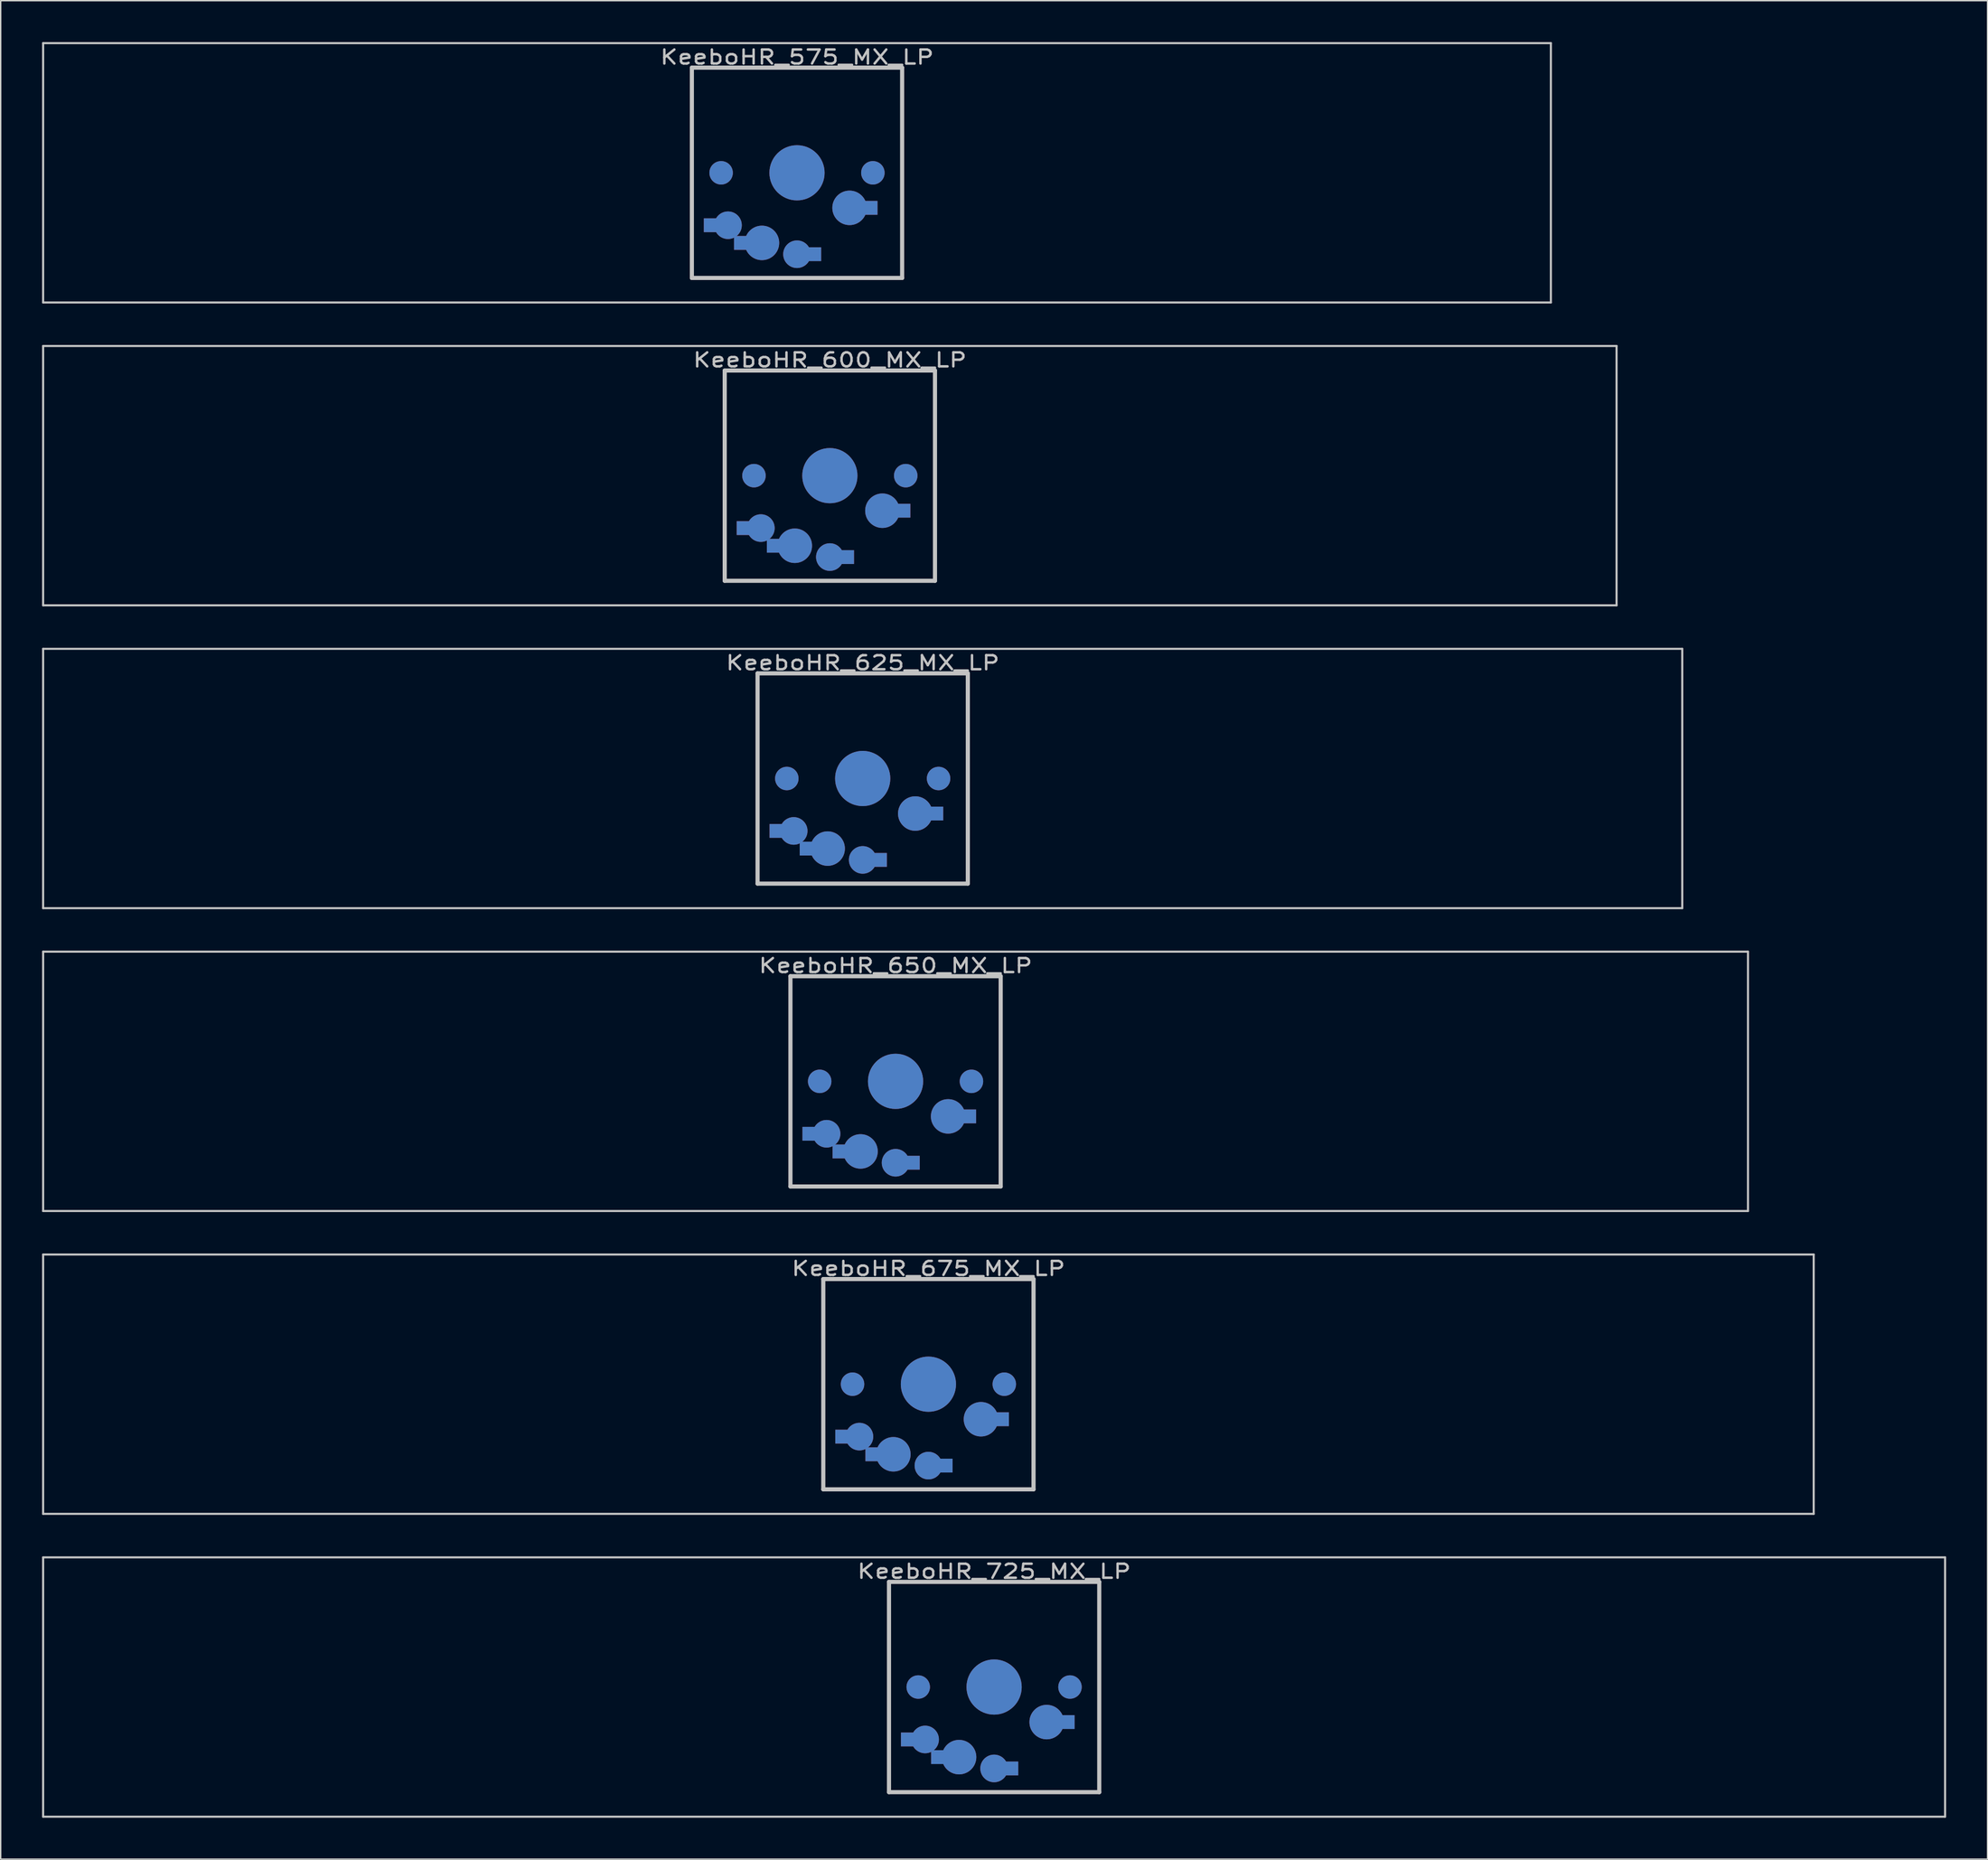
<source format=kicad_pcb>
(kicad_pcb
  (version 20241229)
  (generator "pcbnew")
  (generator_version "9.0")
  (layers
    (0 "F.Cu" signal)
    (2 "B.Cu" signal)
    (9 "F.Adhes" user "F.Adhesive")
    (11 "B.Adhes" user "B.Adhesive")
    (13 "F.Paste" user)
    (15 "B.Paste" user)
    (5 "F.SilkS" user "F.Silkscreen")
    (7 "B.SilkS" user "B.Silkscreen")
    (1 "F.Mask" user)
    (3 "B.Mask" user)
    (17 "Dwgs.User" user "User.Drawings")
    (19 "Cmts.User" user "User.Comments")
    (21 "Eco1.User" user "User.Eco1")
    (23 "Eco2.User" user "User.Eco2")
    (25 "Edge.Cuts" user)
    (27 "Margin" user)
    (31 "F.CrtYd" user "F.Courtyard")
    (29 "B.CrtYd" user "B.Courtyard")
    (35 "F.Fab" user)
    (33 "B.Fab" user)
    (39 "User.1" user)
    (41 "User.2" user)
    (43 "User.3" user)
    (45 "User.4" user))
  (footprint "KeeboHR_675_MX_LP"
    (layer "F.Cu")
    (at 64.243 97.268)
    (property "Reference" "KeeboHR_675_MX_LP" (at 0 -8.382 0) (layer "Dwgs.User") (effects (font (size 1.016 1.27) (thickness 0.178))))
    (attr through_hole)
    (fp_line (start -64.167 -9.398) (end 64.167 -9.398) (stroke (width 0.152) (type solid)) (layer "Dwgs.User"))
    (fp_line (start -64.167 9.398) (end -64.167 -9.398) (stroke (width 0.152) (type solid)) (layer "Dwgs.User"))
    (fp_line (start -7.62 -7.62) (end 7.62 -7.62) (stroke (width 0.3) (type solid)) (layer "Dwgs.User"))
    (fp_line (start -7.62 7.62) (end -7.62 -7.62) (stroke (width 0.3) (type solid)) (layer "Dwgs.User"))
    (fp_line (start 7.62 -7.62) (end 7.62 7.62) (stroke (width 0.3) (type solid)) (layer "Dwgs.User"))
    (fp_line (start 7.62 7.62) (end -7.62 7.62) (stroke (width 0.3) (type solid)) (layer "Dwgs.User"))
    (fp_line (start 64.167 -9.398) (end 64.167 9.398) (stroke (width 0.152) (type solid)) (layer "Dwgs.User"))
    (fp_line (start 64.167 9.398) (end -64.167 9.398) (stroke (width 0.152) (type solid)) (layer "Dwgs.User"))
    (pad "" smd circle (at -5.5 0) (size 1.7 1.7) (layers "*.Cu" "*.Mask"))
    (pad "" smd circle (at 0 0) (size 4 4) (layers "*.Cu" "*.Mask"))
    (pad "" smd circle (at 5.5 0) (size 1.7 1.7) (layers "*.Cu" "*.Mask"))
    (pad "1" smd circle (at 0 5.9) (size 2 2) (layers "*.Cu" "*.Mask"))
    (pad "1" smd rect (at 1.25 5.9) (size 1 1) (layers "*.Cu" "*.Mask"))
    (pad "1" smd circle (at 3.81 2.54) (size 2.5 2.5) (layers "*.Cu" "*.Mask"))
    (pad "1" smd rect (at 5.334 2.54) (size 1 1) (layers "*.Cu" "*.Mask"))
    (pad "2" smd rect (at -6.25 3.8) (size 1 1) (layers "*.Cu" "*.Mask"))
    (pad "2" smd circle (at -5 3.8) (size 2 2) (layers "*.Cu" "*.Mask"))
    (pad "2" smd rect (at -4.064 5.08) (size 1 1) (layers "*.Cu" "*.Mask"))
    (pad "2" smd circle (at -2.54 5.08) (size 2.5 2.5) (layers "*.Cu" "*.Mask")))
  (footprint "KeeboHR_575_MX_LP"
    (layer "F.Cu")
    (at 54.718 9.474)
    (property "Reference" "KeeboHR_575_MX_LP" (at 0 -8.382 0) (layer "Dwgs.User") (effects (font (size 1.016 1.27) (thickness 0.178))))
    (attr through_hole)
    (fp_line (start -54.642 -9.398) (end 54.642 -9.398) (stroke (width 0.152) (type solid)) (layer "Dwgs.User"))
    (fp_line (start -54.642 9.398) (end -54.642 -9.398) (stroke (width 0.152) (type solid)) (layer "Dwgs.User"))
    (fp_line (start -7.62 -7.62) (end 7.62 -7.62) (stroke (width 0.3) (type solid)) (layer "Dwgs.User"))
    (fp_line (start -7.62 7.62) (end -7.62 -7.62) (stroke (width 0.3) (type solid)) (layer "Dwgs.User"))
    (fp_line (start 7.62 -7.62) (end 7.62 7.62) (stroke (width 0.3) (type solid)) (layer "Dwgs.User"))
    (fp_line (start 7.62 7.62) (end -7.62 7.62) (stroke (width 0.3) (type solid)) (layer "Dwgs.User"))
    (fp_line (start 54.642 -9.398) (end 54.642 9.398) (stroke (width 0.152) (type solid)) (layer "Dwgs.User"))
    (fp_line (start 54.642 9.398) (end -54.642 9.398) (stroke (width 0.152) (type solid)) (layer "Dwgs.User"))
    (pad "" smd circle (at -5.5 0) (size 1.7 1.7) (layers "*.Cu" "*.Mask"))
    (pad "" smd circle (at 0 0) (size 4 4) (layers "*.Cu" "*.Mask"))
    (pad "" smd circle (at 5.5 0) (size 1.7 1.7) (layers "*.Cu" "*.Mask"))
    (pad "1" smd circle (at 0 5.9) (size 2 2) (layers "*.Cu" "*.Mask"))
    (pad "1" smd rect (at 1.25 5.9) (size 1 1) (layers "*.Cu" "*.Mask"))
    (pad "1" smd circle (at 3.81 2.54) (size 2.5 2.5) (layers "*.Cu" "*.Mask"))
    (pad "1" smd rect (at 5.334 2.54) (size 1 1) (layers "*.Cu" "*.Mask"))
    (pad "2" smd rect (at -6.25 3.8) (size 1 1) (layers "*.Cu" "*.Mask"))
    (pad "2" smd circle (at -5 3.8) (size 2 2) (layers "*.Cu" "*.Mask"))
    (pad "2" smd rect (at -4.064 5.08) (size 1 1) (layers "*.Cu" "*.Mask"))
    (pad "2" smd circle (at -2.54 5.08) (size 2.5 2.5) (layers "*.Cu" "*.Mask")))
  (footprint "KeeboHR_650_MX_LP"
    (layer "F.Cu")
    (at 61.862 75.319)
    (property "Reference" "KeeboHR_650_MX_LP" (at 0 -8.382 0) (layer "Dwgs.User") (effects (font (size 1.016 1.27) (thickness 0.178))))
    (attr through_hole)
    (fp_line (start -61.785 -9.398) (end 61.785 -9.398) (stroke (width 0.152) (type solid)) (layer "Dwgs.User"))
    (fp_line (start -61.785 9.398) (end -61.785 -9.398) (stroke (width 0.152) (type solid)) (layer "Dwgs.User"))
    (fp_line (start -7.62 -7.62) (end 7.62 -7.62) (stroke (width 0.3) (type solid)) (layer "Dwgs.User"))
    (fp_line (start -7.62 7.62) (end -7.62 -7.62) (stroke (width 0.3) (type solid)) (layer "Dwgs.User"))
    (fp_line (start 7.62 -7.62) (end 7.62 7.62) (stroke (width 0.3) (type solid)) (layer "Dwgs.User"))
    (fp_line (start 7.62 7.62) (end -7.62 7.62) (stroke (width 0.3) (type solid)) (layer "Dwgs.User"))
    (fp_line (start 61.785 -9.398) (end 61.785 9.398) (stroke (width 0.152) (type solid)) (layer "Dwgs.User"))
    (fp_line (start 61.785 9.398) (end -61.785 9.398) (stroke (width 0.152) (type solid)) (layer "Dwgs.User"))
    (pad "" smd circle (at -5.5 0) (size 1.7 1.7) (layers "*.Cu" "*.Mask"))
    (pad "" smd circle (at 0 0) (size 4 4) (layers "*.Cu" "*.Mask"))
    (pad "" smd circle (at 5.5 0) (size 1.7 1.7) (layers "*.Cu" "*.Mask"))
    (pad "1" smd circle (at 0 5.9) (size 2 2) (layers "*.Cu" "*.Mask"))
    (pad "1" smd rect (at 1.25 5.9) (size 1 1) (layers "*.Cu" "*.Mask"))
    (pad "1" smd circle (at 3.81 2.54) (size 2.5 2.5) (layers "*.Cu" "*.Mask"))
    (pad "1" smd rect (at 5.334 2.54) (size 1 1) (layers "*.Cu" "*.Mask"))
    (pad "2" smd rect (at -6.25 3.8) (size 1 1) (layers "*.Cu" "*.Mask"))
    (pad "2" smd circle (at -5 3.8) (size 2 2) (layers "*.Cu" "*.Mask"))
    (pad "2" smd rect (at -4.064 5.08) (size 1 1) (layers "*.Cu" "*.Mask"))
    (pad "2" smd circle (at -2.54 5.08) (size 2.5 2.5) (layers "*.Cu" "*.Mask")))
  (footprint "KeeboHR_600_MX_LP"
    (layer "F.Cu")
    (at 57.099 31.423)
    (property "Reference" "KeeboHR_600_MX_LP" (at 0 -8.382 0) (layer "Dwgs.User") (effects (font (size 1.016 1.27) (thickness 0.178))))
    (attr through_hole)
    (fp_line (start -57.023 -9.398) (end 57.023 -9.398) (stroke (width 0.152) (type solid)) (layer "Dwgs.User"))
    (fp_line (start -57.023 9.398) (end -57.023 -9.398) (stroke (width 0.152) (type solid)) (layer "Dwgs.User"))
    (fp_line (start -7.62 -7.62) (end 7.62 -7.62) (stroke (width 0.3) (type solid)) (layer "Dwgs.User"))
    (fp_line (start -7.62 7.62) (end -7.62 -7.62) (stroke (width 0.3) (type solid)) (layer "Dwgs.User"))
    (fp_line (start 7.62 -7.62) (end 7.62 7.62) (stroke (width 0.3) (type solid)) (layer "Dwgs.User"))
    (fp_line (start 7.62 7.62) (end -7.62 7.62) (stroke (width 0.3) (type solid)) (layer "Dwgs.User"))
    (fp_line (start 57.023 -9.398) (end 57.023 9.398) (stroke (width 0.152) (type solid)) (layer "Dwgs.User"))
    (fp_line (start 57.023 9.398) (end -57.023 9.398) (stroke (width 0.152) (type solid)) (layer "Dwgs.User"))
    (pad "" smd circle (at -5.5 0) (size 1.7 1.7) (layers "*.Cu" "*.Mask"))
    (pad "" smd circle (at 0 0) (size 4 4) (layers "*.Cu" "*.Mask"))
    (pad "" smd circle (at 5.5 0) (size 1.7 1.7) (layers "*.Cu" "*.Mask"))
    (pad "1" smd circle (at 0 5.9) (size 2 2) (layers "*.Cu" "*.Mask"))
    (pad "1" smd rect (at 1.25 5.9) (size 1 1) (layers "*.Cu" "*.Mask"))
    (pad "1" smd circle (at 3.81 2.54) (size 2.5 2.5) (layers "*.Cu" "*.Mask"))
    (pad "1" smd rect (at 5.334 2.54) (size 1 1) (layers "*.Cu" "*.Mask"))
    (pad "2" smd rect (at -6.25 3.8) (size 1 1) (layers "*.Cu" "*.Mask"))
    (pad "2" smd circle (at -5 3.8) (size 2 2) (layers "*.Cu" "*.Mask"))
    (pad "2" smd rect (at -4.064 5.08) (size 1 1) (layers "*.Cu" "*.Mask"))
    (pad "2" smd circle (at -2.54 5.08) (size 2.5 2.5) (layers "*.Cu" "*.Mask")))
  (footprint "KeeboHR_725_MX_LP"
    (layer "F.Cu")
    (at 69.005 119.216)
    (property "Reference" "KeeboHR_725_MX_LP" (at 0 -8.382 0) (layer "Dwgs.User") (effects (font (size 1.016 1.27) (thickness 0.178))))
    (attr through_hole)
    (fp_line (start -68.929 -9.398) (end 68.929 -9.398) (stroke (width 0.152) (type solid)) (layer "Dwgs.User"))
    (fp_line (start -68.929 9.398) (end -68.929 -9.398) (stroke (width 0.152) (type solid)) (layer "Dwgs.User"))
    (fp_line (start -7.62 -7.62) (end 7.62 -7.62) (stroke (width 0.3) (type solid)) (layer "Dwgs.User"))
    (fp_line (start -7.62 7.62) (end -7.62 -7.62) (stroke (width 0.3) (type solid)) (layer "Dwgs.User"))
    (fp_line (start 7.62 -7.62) (end 7.62 7.62) (stroke (width 0.3) (type solid)) (layer "Dwgs.User"))
    (fp_line (start 7.62 7.62) (end -7.62 7.62) (stroke (width 0.3) (type solid)) (layer "Dwgs.User"))
    (fp_line (start 68.929 -9.398) (end 68.929 9.398) (stroke (width 0.152) (type solid)) (layer "Dwgs.User"))
    (fp_line (start 68.929 9.398) (end -68.929 9.398) (stroke (width 0.152) (type solid)) (layer "Dwgs.User"))
    (pad "" smd circle (at -5.5 0) (size 1.7 1.7) (layers "*.Cu" "*.Mask"))
    (pad "" smd circle (at 0 0) (size 4 4) (layers "*.Cu" "*.Mask"))
    (pad "" smd circle (at 5.5 0) (size 1.7 1.7) (layers "*.Cu" "*.Mask"))
    (pad "1" smd circle (at 0 5.9) (size 2 2) (layers "*.Cu" "*.Mask"))
    (pad "1" smd rect (at 1.25 5.9) (size 1 1) (layers "*.Cu" "*.Mask"))
    (pad "1" smd circle (at 3.81 2.54) (size 2.5 2.5) (layers "*.Cu" "*.Mask"))
    (pad "1" smd rect (at 5.334 2.54) (size 1 1) (layers "*.Cu" "*.Mask"))
    (pad "2" smd rect (at -6.25 3.8) (size 1 1) (layers "*.Cu" "*.Mask"))
    (pad "2" smd circle (at -5 3.8) (size 2 2) (layers "*.Cu" "*.Mask"))
    (pad "2" smd rect (at -4.064 5.08) (size 1 1) (layers "*.Cu" "*.Mask"))
    (pad "2" smd circle (at -2.54 5.08) (size 2.5 2.5) (layers "*.Cu" "*.Mask")))
  (footprint "KeeboHR_625_MX_LP"
    (layer "F.Cu")
    (at 59.48 53.371)
    (property "Reference" "KeeboHR_625_MX_LP" (at 0 -8.382 0) (layer "Dwgs.User") (effects (font (size 1.016 1.27) (thickness 0.178))))
    (attr through_hole)
    (fp_line (start -59.404 -9.398) (end 59.404 -9.398) (stroke (width 0.152) (type solid)) (layer "Dwgs.User"))
    (fp_line (start -59.404 9.398) (end -59.404 -9.398) (stroke (width 0.152) (type solid)) (layer "Dwgs.User"))
    (fp_line (start -7.62 -7.62) (end 7.62 -7.62) (stroke (width 0.3) (type solid)) (layer "Dwgs.User"))
    (fp_line (start -7.62 7.62) (end -7.62 -7.62) (stroke (width 0.3) (type solid)) (layer "Dwgs.User"))
    (fp_line (start 7.62 -7.62) (end 7.62 7.62) (stroke (width 0.3) (type solid)) (layer "Dwgs.User"))
    (fp_line (start 7.62 7.62) (end -7.62 7.62) (stroke (width 0.3) (type solid)) (layer "Dwgs.User"))
    (fp_line (start 59.404 -9.398) (end 59.404 9.398) (stroke (width 0.152) (type solid)) (layer "Dwgs.User"))
    (fp_line (start 59.404 9.398) (end -59.404 9.398) (stroke (width 0.152) (type solid)) (layer "Dwgs.User"))
    (pad "" smd circle (at -5.5 0) (size 1.7 1.7) (layers "*.Cu" "*.Mask"))
    (pad "" smd circle (at 0 0) (size 4 4) (layers "*.Cu" "*.Mask"))
    (pad "" smd circle (at 5.5 0) (size 1.7 1.7) (layers "*.Cu" "*.Mask"))
    (pad "1" smd circle (at 0 5.9) (size 2 2) (layers "*.Cu" "*.Mask"))
    (pad "1" smd rect (at 1.25 5.9) (size 1 1) (layers "*.Cu" "*.Mask"))
    (pad "1" smd circle (at 3.81 2.54) (size 2.5 2.5) (layers "*.Cu" "*.Mask"))
    (pad "1" smd rect (at 5.334 2.54) (size 1 1) (layers "*.Cu" "*.Mask"))
    (pad "2" smd rect (at -6.25 3.8) (size 1 1) (layers "*.Cu" "*.Mask"))
    (pad "2" smd circle (at -5 3.8) (size 2 2) (layers "*.Cu" "*.Mask"))
    (pad "2" smd rect (at -4.064 5.08) (size 1 1) (layers "*.Cu" "*.Mask"))
    (pad "2" smd circle (at -2.54 5.08) (size 2.5 2.5) (layers "*.Cu" "*.Mask")))
  (gr_rect
    (start -3 -3)
    (end 141.011 131.69)
    (stroke (width 0.1) (type default))
    (fill no)
    (layer "Edge.Cuts")))
</source>
